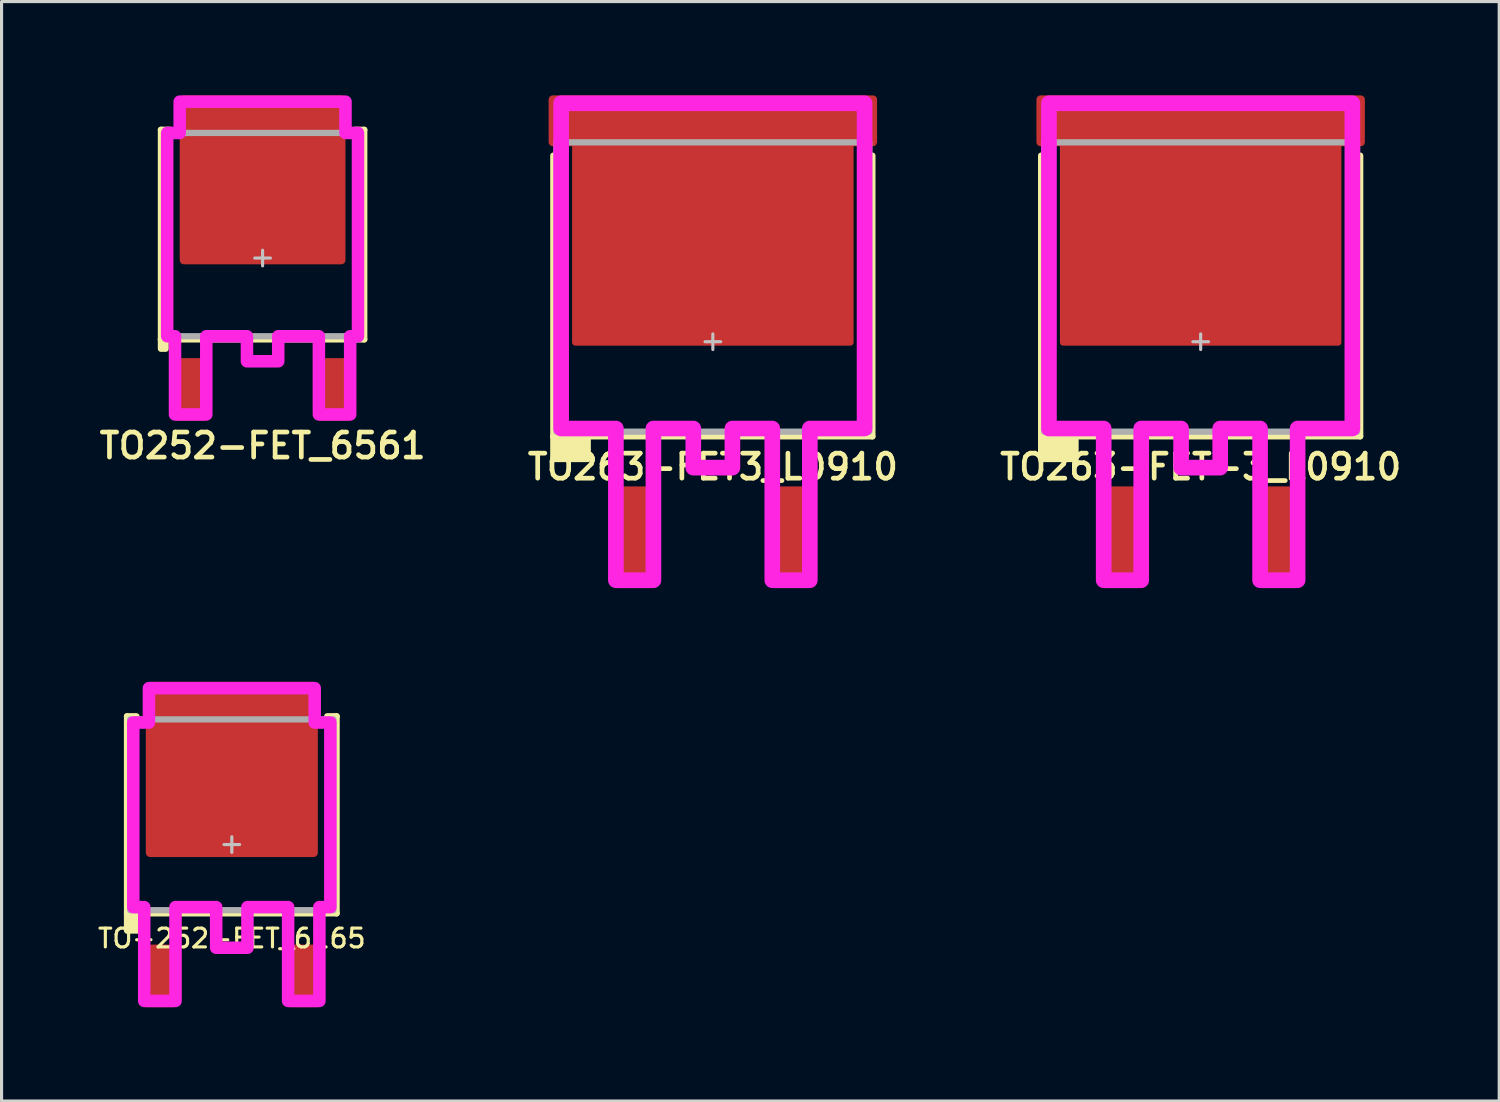
<source format=kicad_pcb>
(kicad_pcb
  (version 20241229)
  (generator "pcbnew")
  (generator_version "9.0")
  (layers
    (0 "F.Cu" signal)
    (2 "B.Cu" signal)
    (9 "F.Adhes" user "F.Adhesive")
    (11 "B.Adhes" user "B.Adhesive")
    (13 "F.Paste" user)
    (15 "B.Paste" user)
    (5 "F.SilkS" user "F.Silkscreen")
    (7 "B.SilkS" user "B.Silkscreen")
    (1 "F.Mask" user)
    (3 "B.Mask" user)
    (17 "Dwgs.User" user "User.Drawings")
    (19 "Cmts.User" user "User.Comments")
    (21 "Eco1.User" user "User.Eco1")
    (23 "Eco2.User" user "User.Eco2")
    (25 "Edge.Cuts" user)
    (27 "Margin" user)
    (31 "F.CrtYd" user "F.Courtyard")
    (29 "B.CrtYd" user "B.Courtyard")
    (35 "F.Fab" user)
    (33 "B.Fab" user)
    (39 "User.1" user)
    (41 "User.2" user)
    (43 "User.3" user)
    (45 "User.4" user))
  (footprint "TO-252-FET_6165"
    (layer "F.Cu")
    (at 4.361 23.95)
    (property "Reference" "TO-252-FET_6165" (at 0 3 0) (unlocked yes) (layer "F.SilkS") (effects (font (size 0.6 0.6) (thickness 0.1) (bold yes))))
    (attr smd)
    (fp_line (start -3.35 2.2) (end -3.35 -4.1) (stroke (width 0.2) (type solid)) (layer "F.SilkS"))
    (fp_line (start -3.05 -4.1) (end -3.35 -4.1) (stroke (width 0.2) (type solid)) (layer "F.SilkS"))
    (fp_line (start 3.05 -4.1) (end 3.35 -4.1) (stroke (width 0.2) (type solid)) (layer "F.SilkS"))
    (fp_line (start 3.35 -4.1) (end 3.35 2.2) (stroke (width 0.2) (type solid)) (layer "F.SilkS"))
    (fp_line (start 3.35 2.2) (end -3.35 2.2) (stroke (width 0.2) (type solid)) (layer "F.SilkS"))
    (fp_rect (start -3.35 2.2) (end -2.75 2.75) (stroke (width 0.2) (type solid)) (fill yes) (layer "F.SilkS"))
    (fp_rect (start -2.55 -5) (end -1.1 -3.5) (stroke (width 0) (type solid)) (fill yes) (layer "F.Paste"))
    (fp_rect (start -2.55 -3.15) (end -1.1 -1.65) (stroke (width 0) (type solid)) (fill yes) (layer "F.Paste"))
    (fp_rect (start -2.55 -1.3) (end -1.1 0.2) (stroke (width 0) (type solid)) (fill yes) (layer "F.Paste"))
    (fp_rect (start -0.75 -5) (end 0.75 -3.5) (stroke (width 0) (type solid)) (fill yes) (layer "F.Paste"))
    (fp_rect (start -0.75 -3.15) (end 0.75 -1.65) (stroke (width 0) (type solid)) (fill yes) (layer "F.Paste"))
    (fp_rect (start -0.75 -1.3) (end 0.75 0.2) (stroke (width 0) (type solid)) (fill yes) (layer "F.Paste"))
    (fp_rect (start 1.1 -5) (end 2.55 -3.5) (stroke (width 0) (type solid)) (fill yes) (layer "F.Paste"))
    (fp_rect (start 1.1 -3.15) (end 2.55 -1.65) (stroke (width 0) (type solid)) (fill yes) (layer "F.Paste"))
    (fp_rect (start 1.1 -1.3) (end 2.55 0.2) (stroke (width 0) (type solid)) (fill yes) (layer "F.Paste"))
    (fp_line (start -0.25 0) (end 0.25 0) (stroke (width 0.1) (type solid)) (layer "Dwgs.User"))
    (fp_line (start 0 -0.25) (end 0 0.25) (stroke (width 0.1) (type solid)) (layer "Dwgs.User"))
    (fp_poly (pts (xy 2.65 -3.9) (xy 3.15 -3.9) (xy 3.15 2) (xy 2.8 2) (xy 2.8 5) (xy 1.8 5) (xy 1.8 2) (xy 0.5 2) (xy 0.5 3.3) (xy -0.5 3.3) (xy -0.5 2) (xy -1.8 2) (xy -1.8 5) (xy -2.8 5) (xy -2.8 2) (xy -3.15 2) (xy -3.15 -3.9) (xy -2.65 -3.9) (xy -2.65 -5) (xy 2.65 -5)) (stroke (width 0.4) (type solid)) (fill no) (layer "F.CrtYd"))
    (fp_rect (start -3.25 -4) (end 3.25 2.1) (stroke (width 0.2) (type solid)) (fill no) (layer "F.Fab"))
    (pad "D" smd roundrect (at 0 -2.4) (size 5.5 5.6) (layers "F.Cu" "F.Mask") (roundrect_rratio 0.025))
    (pad "G" smd roundrect (at -2.3 4.2 90) (size 2 1) (layers "F.Cu" "F.Mask" "F.Paste") (roundrect_rratio 0.05))
    (pad "S" smd roundrect (at 2.3 4.2 90) (size 2 1) (layers "F.Cu" "F.Mask" "F.Paste") (roundrect_rratio 0.05)))
  (footprint "TO263-FET-3_L0910"
    (layer "F.Cu")
    (at 35.335 7.875)
    (property "Reference" "TO263-FET-3_L0910" (at 0 4 0) (unlocked yes) (layer "F.SilkS") (effects (font (size 0.8 0.8) (thickness 0.15))))
    (attr smd)
    (fp_line (start -5.1 3.025) (end -5.1 -5.95) (stroke (width 0.2) (type default)) (layer "F.SilkS"))
    (fp_line (start 5.1 -5.95) (end 5.1 3.025) (stroke (width 0.2) (type default)) (layer "F.SilkS"))
    (fp_line (start 5.1 3.025) (end -5.1 3.025) (stroke (width 0.2) (type default)) (layer "F.SilkS"))
    (fp_rect (start -5.1 3.025) (end -4 3.75) (stroke (width 0.2) (type solid)) (fill yes) (layer "F.SilkS"))
    (fp_rect (start -4.25 -7.5) (end -2.5 -5.5) (stroke (width 0) (type solid)) (fill yes) (layer "F.Paste"))
    (fp_rect (start -4.25 -5) (end -2.5 -2.75) (stroke (width 0) (type solid)) (fill yes) (layer "F.Paste"))
    (fp_rect (start -4.25 -2.25) (end -2.5 -0.25) (stroke (width 0) (type solid)) (fill yes) (layer "F.Paste"))
    (fp_rect (start -2 -7.5) (end -0.25 -5.5) (stroke (width 0) (type solid)) (fill yes) (layer "F.Paste"))
    (fp_rect (start -2 -5) (end -0.25 -2.75) (stroke (width 0) (type solid)) (fill yes) (layer "F.Paste"))
    (fp_rect (start -2 -2.25) (end -0.25 -0.25) (stroke (width 0) (type solid)) (fill yes) (layer "F.Paste"))
    (fp_rect (start 0.25 -7.5) (end 2 -5.5) (stroke (width 0) (type solid)) (fill yes) (layer "F.Paste"))
    (fp_rect (start 0.25 -5) (end 2 -2.75) (stroke (width 0) (type solid)) (fill yes) (layer "F.Paste"))
    (fp_rect (start 0.25 -2.25) (end 2 -0.25) (stroke (width 0) (type solid)) (fill yes) (layer "F.Paste"))
    (fp_rect (start 2.5 -7.5) (end 4.25 -5.5) (stroke (width 0) (type solid)) (fill yes) (layer "F.Paste"))
    (fp_rect (start 2.5 -5) (end 4.25 -2.75) (stroke (width 0) (type solid)) (fill yes) (layer "F.Paste"))
    (fp_rect (start 2.5 -2.25) (end 4.25 -0.25) (stroke (width 0) (type solid)) (fill yes) (layer "F.Paste"))
    (fp_line (start -0.25 0) (end 0.25 0) (stroke (width 0.1) (type solid)) (layer "Dwgs.User"))
    (fp_line (start 0 -0.25) (end 0 0.25) (stroke (width 0.1) (type solid)) (layer "Dwgs.User"))
    (fp_poly (pts (xy -4.85 -7.625) (xy 4.85 -7.625) (xy 4.85 2.775) (xy 3.1 2.775) (xy 3.1 7.625) (xy 1.9 7.625) (xy 1.9 2.775) (xy 0.625 2.775) (xy 0.625 4.025) (xy -0.625 4.025) (xy -0.625 2.775) (xy -1.9 2.775) (xy -1.9 7.625) (xy -3.1 7.625) (xy -3.1 2.775) (xy -4.85 2.775)) (stroke (width 0.5) (type solid)) (fill no) (layer "F.CrtYd"))
    (fp_rect (start -5 -6.375) (end 5 2.875) (stroke (width 0.2) (type solid)) (fill no) (layer "F.Fab"))
    (pad "D" smd custom (at 0 -3.875) (size 8 8) (layers "F.Cu" "F.Mask") (options (anchor circle)) (primitives (gr_poly (pts (xy -4.5 -3.9) (xy -4.492 -3.938) (xy -4.471 -3.971) (xy -4.438 -3.992) (xy -4.4 -4) (xy 4.4 -4) (xy 4.438 -3.992) (xy 4.471 -3.971) (xy 4.492 -3.938) (xy 4.5 -3.9) (xy 4.5 3.9) (xy 4.492 3.938) (xy 4.471 3.971) (xy 4.438 3.992) (xy 4.4 4) (xy -4.4 4) (xy -4.438 3.992) (xy -4.471 3.971) (xy -4.492 3.938) (xy -4.5 3.9)) (width 0) (fill yes)) (gr_poly (pts (xy -5.125 -3.875) (xy -5.125 -2.5) (xy -4.375 -2.5) (xy -4.375 3.875) (xy 4.375 3.875) (xy 4.375 -2.5) (xy 5.125 -2.5) (xy 5.125 -3.875)) (width 0.25) (fill yes))))
    (pad "G" smd roundrect (at -2.5 6.25 90) (size 3.25 1.2) (layers "F.Cu" "F.Mask" "F.Paste") (roundrect_rratio 0.05))
    (pad "S" smd roundrect (at 2.5 6.25 90) (size 3.25 1.2) (layers "F.Cu" "F.Mask" "F.Paste") (roundrect_rratio 0.05)))
  (footprint "TO252-FET_6561"
    (layer "F.Cu")
    (at 5.345 5.2)
    (property "Reference" "TO252-FET_6561" (at 0 6 0) (unlocked yes) (layer "F.SilkS") (effects (font (size 0.8 0.8) (thickness 0.15))))
    (attr smd)
    (fp_line (start -3.25 2.6) (end -3.25 -4.1) (stroke (width 0.2) (type solid)) (layer "F.SilkS"))
    (fp_line (start -2.95 -4.1) (end -3.25 -4.1) (stroke (width 0.2) (type solid)) (layer "F.SilkS"))
    (fp_line (start 2.95 -4.1) (end 3.25 -4.1) (stroke (width 0.2) (type solid)) (layer "F.SilkS"))
    (fp_line (start 3.25 -4.1) (end 3.25 2.6) (stroke (width 0.2) (type solid)) (layer "F.SilkS"))
    (fp_line (start 3.25 2.6) (end -3.25 2.6) (stroke (width 0.2) (type solid)) (layer "F.SilkS"))
    (fp_rect (start -3.25 2.6) (end -3.1 2.9) (stroke (width 0.2) (type solid)) (fill yes) (layer "F.SilkS"))
    (fp_rect (start -2.45 -5) (end -1 -3.5) (stroke (width 0) (type solid)) (fill yes) (layer "F.Paste"))
    (fp_rect (start -2.45 -3.2) (end -1 -1.8) (stroke (width 0) (type solid)) (fill yes) (layer "F.Paste"))
    (fp_rect (start -2.45 -1.5) (end -1 0) (stroke (width 0) (type solid)) (fill yes) (layer "F.Paste"))
    (fp_rect (start -0.7 -5) (end 0.7 -3.5) (stroke (width 0) (type solid)) (fill yes) (layer "F.Paste"))
    (fp_rect (start -0.7 -3.2) (end 0.7 -1.8) (stroke (width 0) (type solid)) (fill yes) (layer "F.Paste"))
    (fp_rect (start -0.7 -1.5) (end 0.7 0) (stroke (width 0) (type solid)) (fill yes) (layer "F.Paste"))
    (fp_rect (start 1 -5) (end 2.45 -3.5) (stroke (width 0) (type solid)) (fill yes) (layer "F.Paste"))
    (fp_rect (start 1 -3.2) (end 2.45 -1.8) (stroke (width 0) (type solid)) (fill yes) (layer "F.Paste"))
    (fp_rect (start 1 -1.5) (end 2.45 0) (stroke (width 0) (type solid)) (fill yes) (layer "F.Paste"))
    (fp_line (start -0.25 0) (end 0.25 0) (stroke (width 0.1) (type solid)) (layer "Dwgs.User"))
    (fp_line (start 0 -0.25) (end 0 0.25) (stroke (width 0.1) (type solid)) (layer "Dwgs.User"))
    (fp_poly (pts (xy 2.65 -4) (xy 3.05 -4) (xy 3.05 2.5) (xy 2.8 2.5) (xy 2.8 5) (xy 1.8 5) (xy 1.8 2.5) (xy 0.5 2.5) (xy 0.5 3.3) (xy -0.5 3.3) (xy -0.5 2.5) (xy -1.8 2.5) (xy -1.8 5) (xy -2.8 5) (xy -2.8 2.5) (xy -3.05 2.5) (xy -3.05 -4) (xy -2.65 -4) (xy -2.65 -5) (xy 2.65 -5)) (stroke (width 0.4) (type solid)) (fill no) (layer "F.CrtYd"))
    (fp_rect (start -3.05 -4) (end 3.05 2.5) (stroke (width 0.2) (type solid)) (fill no) (layer "F.Fab"))
    (pad "D" smd roundrect (at 0 -2.5) (size 5.3 5.4) (layers "F.Cu" "F.Mask") (roundrect_rratio 0.025))
    (pad "G" smd roundrect (at -2.3 4.2 90) (size 2 1) (layers "F.Cu" "F.Mask" "F.Paste") (roundrect_rratio 0.05))
    (pad "S" smd roundrect (at 2.3 4.2 90) (size 2 1) (layers "F.Cu" "F.Mask" "F.Paste") (roundrect_rratio 0.05)))
  (footprint "TO263-FET3_L0910"
    (layer "F.Cu")
    (at 19.74 7.875)
    (property "Reference" "TO263-FET3_L0910" (at 0 4 0) (unlocked yes) (layer "F.SilkS") (effects (font (size 0.8 0.8) (thickness 0.15))))
    (attr smd)
    (fp_line (start -5.1 3.025) (end -5.1 -5.95) (stroke (width 0.2) (type default)) (layer "F.SilkS"))
    (fp_line (start 5.1 -5.95) (end 5.1 3.025) (stroke (width 0.2) (type default)) (layer "F.SilkS"))
    (fp_line (start 5.1 3.025) (end -5.1 3.025) (stroke (width 0.2) (type default)) (layer "F.SilkS"))
    (fp_rect (start -5.1 3.025) (end -4 3.75) (stroke (width 0.2) (type solid)) (fill yes) (layer "F.SilkS"))
    (fp_rect (start -4.25 -7.5) (end -2.5 -5.5) (stroke (width 0) (type solid)) (fill yes) (layer "F.Paste"))
    (fp_rect (start -4.25 -5) (end -2.5 -2.75) (stroke (width 0) (type solid)) (fill yes) (layer "F.Paste"))
    (fp_rect (start -4.25 -2.25) (end -2.5 -0.25) (stroke (width 0) (type solid)) (fill yes) (layer "F.Paste"))
    (fp_rect (start -2 -7.5) (end -0.25 -5.5) (stroke (width 0) (type solid)) (fill yes) (layer "F.Paste"))
    (fp_rect (start -2 -5) (end -0.25 -2.75) (stroke (width 0) (type solid)) (fill yes) (layer "F.Paste"))
    (fp_rect (start -2 -2.25) (end -0.25 -0.25) (stroke (width 0) (type solid)) (fill yes) (layer "F.Paste"))
    (fp_rect (start 0.25 -7.5) (end 2 -5.5) (stroke (width 0) (type solid)) (fill yes) (layer "F.Paste"))
    (fp_rect (start 0.25 -5) (end 2 -2.75) (stroke (width 0) (type solid)) (fill yes) (layer "F.Paste"))
    (fp_rect (start 0.25 -2.25) (end 2 -0.25) (stroke (width 0) (type solid)) (fill yes) (layer "F.Paste"))
    (fp_rect (start 2.5 -7.5) (end 4.25 -5.5) (stroke (width 0) (type solid)) (fill yes) (layer "F.Paste"))
    (fp_rect (start 2.5 -5) (end 4.25 -2.75) (stroke (width 0) (type solid)) (fill yes) (layer "F.Paste"))
    (fp_rect (start 2.5 -2.25) (end 4.25 -0.25) (stroke (width 0) (type solid)) (fill yes) (layer "F.Paste"))
    (fp_line (start -0.25 0) (end 0.25 0) (stroke (width 0.1) (type solid)) (layer "Dwgs.User"))
    (fp_line (start 0 -0.25) (end 0 0.25) (stroke (width 0.1) (type solid)) (layer "Dwgs.User"))
    (fp_poly (pts (xy -4.85 -7.625) (xy 4.85 -7.625) (xy 4.85 2.775) (xy 3.1 2.775) (xy 3.1 7.625) (xy 1.9 7.625) (xy 1.9 2.775) (xy 0.625 2.775) (xy 0.625 4.025) (xy -0.625 4.025) (xy -0.625 2.775) (xy -1.9 2.775) (xy -1.9 7.625) (xy -3.1 7.625) (xy -3.1 2.775) (xy -4.85 2.775)) (stroke (width 0.5) (type solid)) (fill no) (layer "F.CrtYd"))
    (fp_rect (start -5 -6.375) (end 5 2.875) (stroke (width 0.2) (type solid)) (fill no) (layer "F.Fab"))
    (pad "D" smd custom (at 0 -3.875) (size 8 8) (layers "F.Cu" "F.Mask") (options (anchor circle)) (primitives (gr_poly (pts (xy -4.5 -3.9) (xy -4.492 -3.938) (xy -4.471 -3.971) (xy -4.438 -3.992) (xy -4.4 -4) (xy 4.4 -4) (xy 4.438 -3.992) (xy 4.471 -3.971) (xy 4.492 -3.938) (xy 4.5 -3.9) (xy 4.5 3.9) (xy 4.492 3.938) (xy 4.471 3.971) (xy 4.438 3.992) (xy 4.4 4) (xy -4.4 4) (xy -4.438 3.992) (xy -4.471 3.971) (xy -4.492 3.938) (xy -4.5 3.9)) (width 0) (fill yes)) (gr_poly (pts (xy -5.125 -3.875) (xy -5.125 -2.5) (xy -4.375 -2.5) (xy -4.375 3.875) (xy 4.375 3.875) (xy 4.375 -2.5) (xy 5.125 -2.5) (xy 5.125 -3.875)) (width 0.25) (fill yes))))
    (pad "G" smd roundrect (at -2.5 6.25 90) (size 3.25 1.2) (layers "F.Cu" "F.Mask" "F.Paste") (roundrect_rratio 0.05))
    (pad "S" smd roundrect (at 2.5 6.25 90) (size 3.25 1.2) (layers "F.Cu" "F.Mask" "F.Paste") (roundrect_rratio 0.05)))
  (gr_rect
    (start -3 -3)
    (end 44.88 32.15)
    (stroke (width 0.1) (type default))
    (fill no)
    (layer "Edge.Cuts")))
</source>
